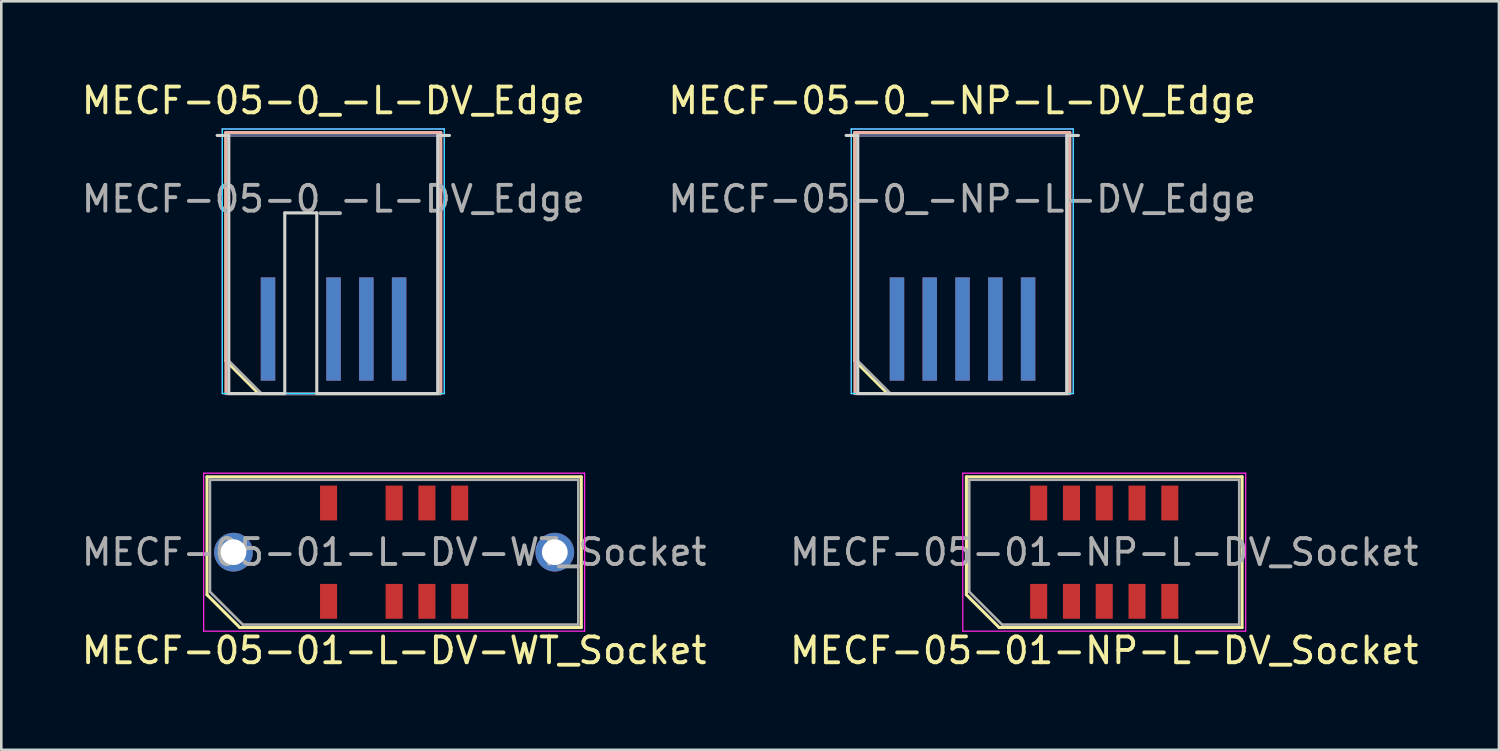
<source format=kicad_pcb>
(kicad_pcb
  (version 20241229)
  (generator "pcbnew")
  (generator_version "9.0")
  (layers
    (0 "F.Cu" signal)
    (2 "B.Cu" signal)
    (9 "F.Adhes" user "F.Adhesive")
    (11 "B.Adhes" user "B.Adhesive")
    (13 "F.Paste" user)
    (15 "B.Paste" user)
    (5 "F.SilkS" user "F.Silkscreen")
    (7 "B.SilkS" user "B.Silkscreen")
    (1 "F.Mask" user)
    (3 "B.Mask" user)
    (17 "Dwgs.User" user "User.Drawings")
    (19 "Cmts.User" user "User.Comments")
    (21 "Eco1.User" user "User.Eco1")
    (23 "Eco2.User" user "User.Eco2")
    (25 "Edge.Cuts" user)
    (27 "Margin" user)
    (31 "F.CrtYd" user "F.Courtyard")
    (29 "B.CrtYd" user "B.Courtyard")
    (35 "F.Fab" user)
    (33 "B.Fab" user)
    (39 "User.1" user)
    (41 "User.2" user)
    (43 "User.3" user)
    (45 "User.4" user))
  (footprint "MECF-05-01-L-DV-WT_Socket"
    (layer "F.Cu")
    (at 12.22 18.343)
    (property "Reference" "MECF-05-01-L-DV-WT_Socket" (at 0 3.81 0) (layer "F.SilkS") (effects (font (size 1 1) (thickness 0.15))))
    (attr smd)
    (fp_line (start -7.25 -2.92) (end 7.25 -2.92) (stroke (width 0.12) (type solid)) (layer "F.SilkS"))
    (fp_line (start -7.25 1.65) (end -7.25 -2.92) (stroke (width 0.12) (type solid)) (layer "F.SilkS"))
    (fp_line (start -5.98 2.92) (end -7.25 1.65) (stroke (width 0.12) (type solid)) (layer "F.SilkS"))
    (fp_line (start -5.98 2.92) (end 7.25 2.92) (stroke (width 0.12) (type solid)) (layer "F.SilkS"))
    (fp_line (start 7.25 2.92) (end 7.25 -2.92) (stroke (width 0.12) (type solid)) (layer "F.SilkS"))
    (fp_line (start -7.38 -3.06) (end -7.38 3.06) (stroke (width 0.05) (type solid)) (layer "F.CrtYd"))
    (fp_line (start -7.38 3.06) (end 7.38 3.06) (stroke (width 0.05) (type solid)) (layer "F.CrtYd"))
    (fp_line (start 7.38 -3.06) (end -7.38 -3.06) (stroke (width 0.05) (type solid)) (layer "F.CrtYd"))
    (fp_line (start 7.38 3.06) (end 7.38 -3.06) (stroke (width 0.05) (type solid)) (layer "F.CrtYd"))
    (fp_line (start -7.135 -2.805) (end 7.135 -2.805) (stroke (width 0.1) (type solid)) (layer "F.Fab"))
    (fp_line (start -7.135 1.535) (end -7.135 -2.805) (stroke (width 0.1) (type solid)) (layer "F.Fab"))
    (fp_line (start -7.135 1.535) (end -5.865 2.805) (stroke (width 0.1) (type solid)) (layer "F.Fab"))
    (fp_line (start -5.865 2.805) (end 7.135 2.805) (stroke (width 0.1) (type solid)) (layer "F.Fab"))
    (fp_line (start 7.135 2.805) (end 7.135 -2.805) (stroke (width 0.1) (type solid)) (layer "F.Fab"))
    (fp_text user "${REFERENCE}" (at 0 0 0) (layer "F.Fab") (effects (font (size 1 1) (thickness 0.15))))
    (pad "" thru_hole circle (at -6.225 0) (size 1.5 1.5) (drill 1) (layers "*.Cu" "*.Mask"))
    (pad "" np_thru_hole circle (at -4.32 0) (size 0.001 0.001) (drill 1.45) (layers "*.Cu" "*.Mask"))
    (pad "" np_thru_hole circle (at 4.32 1) (size 0.001 0.001) (drill 1.45) (layers "*.Cu" "*.Mask"))
    (pad "" thru_hole circle (at 6.225 0) (size 1.5 1.5) (drill 1) (layers "*.Cu" "*.Mask"))
    (pad "1" smd rect (at -2.54 1.905) (size 0.66 1.35) (layers "F.Cu" "F.Mask" "F.Paste"))
    (pad "2" smd rect (at -2.54 -1.905) (size 0.66 1.35) (layers "F.Cu" "F.Mask" "F.Paste"))
    (pad "5" smd rect (at 0 1.905) (size 0.66 1.35) (layers "F.Cu" "F.Mask" "F.Paste"))
    (pad "6" smd rect (at 0 -1.905) (size 0.66 1.35) (layers "F.Cu" "F.Mask" "F.Paste"))
    (pad "7" smd rect (at 1.27 1.905) (size 0.66 1.35) (layers "F.Cu" "F.Mask" "F.Paste"))
    (pad "8" smd rect (at 1.27 -1.905) (size 0.66 1.35) (layers "F.Cu" "F.Mask" "F.Paste"))
    (pad "9" smd rect (at 2.54 1.905) (size 0.66 1.35) (layers "F.Cu" "F.Mask" "F.Paste"))
    (pad "10" smd rect (at 2.54 -1.905) (size 0.66 1.35) (layers "F.Cu" "F.Mask" "F.Paste")))
  (footprint "MECF-05-0_-NP-L-DV_Edge"
    (layer "F.Cu")
    (at 34.232 7.198)
    (property "Reference" "MECF-05-0_-NP-L-DV_Edge" (at 0 -6.35 0) (layer "F.SilkS") (effects (font (size 1 1) (thickness 0.15))))
    (attr exclude_from_pos_files exclude_from_bom)
    (fp_line (start -4.16 -5.11) (end 4.16 -5.11) (stroke (width 0.12) (type solid)) (layer "F.SilkS"))
    (fp_line (start -4.16 3.73) (end -4.16 -5.11) (stroke (width 0.12) (type solid)) (layer "F.SilkS"))
    (fp_line (start -2.89 5) (end -4.16 3.73) (stroke (width 0.12) (type solid)) (layer "F.SilkS"))
    (fp_line (start -2.89 5) (end 4.16 5) (stroke (width 0.12) (type solid)) (layer "F.SilkS"))
    (fp_line (start 4.16 5) (end 4.16 -5.11) (stroke (width 0.12) (type solid)) (layer "F.SilkS"))
    (fp_line (start -4.16 -5.11) (end 4.16 -5.11) (stroke (width 0.12) (type solid)) (layer "B.SilkS"))
    (fp_line (start -4.16 5) (end -4.16 -5.11) (stroke (width 0.12) (type solid)) (layer "B.SilkS"))
    (fp_line (start -4.16 5) (end 4.16 5) (stroke (width 0.12) (type solid)) (layer "B.SilkS"))
    (fp_line (start 4.16 5) (end 4.16 -5.11) (stroke (width 0.12) (type solid)) (layer "B.SilkS"))
    (fp_line (start -4.5 -5) (end -4.05 -5) (stroke (width 0.12) (type solid)) (layer "Edge.Cuts"))
    (fp_line (start -4.05 5) (end -4.05 -5) (stroke (width 0.12) (type solid)) (layer "Edge.Cuts"))
    (fp_line (start -4.05 5) (end 4.05 5) (stroke (width 0.12) (type solid)) (layer "Edge.Cuts"))
    (fp_line (start 4.05 5) (end 4.05 -5) (stroke (width 0.12) (type solid)) (layer "Edge.Cuts"))
    (fp_line (start 4.5 -5) (end 4.05 -5) (stroke (width 0.12) (type solid)) (layer "Edge.Cuts"))
    (fp_line (start -4.3 -5.25) (end -4.3 5) (stroke (width 0.05) (type solid)) (layer "B.CrtYd"))
    (fp_line (start -4.3 5) (end 4.3 5) (stroke (width 0.05) (type solid)) (layer "B.CrtYd"))
    (fp_line (start 4.3 -5.25) (end -4.3 -5.25) (stroke (width 0.05) (type solid)) (layer "B.CrtYd"))
    (fp_line (start 4.3 5) (end 4.3 -5.25) (stroke (width 0.05) (type solid)) (layer "B.CrtYd"))
    (fp_line (start -4.3 -5.25) (end -4.3 5) (stroke (width 0.05) (type solid)) (layer "F.CrtYd"))
    (fp_line (start -4.3 5) (end 4.3 5) (stroke (width 0.05) (type solid)) (layer "F.CrtYd"))
    (fp_line (start 4.3 -5.25) (end -4.3 -5.25) (stroke (width 0.05) (type solid)) (layer "F.CrtYd"))
    (fp_line (start 4.3 5) (end 4.3 -5.25) (stroke (width 0.05) (type solid)) (layer "F.CrtYd"))
    (fp_line (start -4.05 -5) (end 4.05 -5) (stroke (width 0.1) (type solid)) (layer "B.Fab"))
    (fp_line (start -4.05 5) (end -4.05 -5) (stroke (width 0.1) (type solid)) (layer "B.Fab"))
    (fp_line (start -4.05 5) (end 4.05 5) (stroke (width 0.1) (type solid)) (layer "B.Fab"))
    (fp_line (start 4.05 5) (end 4.05 -5) (stroke (width 0.1) (type solid)) (layer "B.Fab"))
    (fp_line (start -4.05 -5) (end 4.05 -5) (stroke (width 0.1) (type solid)) (layer "F.Fab"))
    (fp_line (start -4.05 3.73) (end -4.05 -5) (stroke (width 0.1) (type solid)) (layer "F.Fab"))
    (fp_line (start -4.05 3.73) (end -2.78 5) (stroke (width 0.1) (type solid)) (layer "F.Fab"))
    (fp_line (start -2.78 5) (end 4.05 5) (stroke (width 0.1) (type solid)) (layer "F.Fab"))
    (fp_line (start 4.05 5) (end 4.05 -5) (stroke (width 0.1) (type solid)) (layer "F.Fab"))
    (fp_text user "${REFERENCE}" (at 0 -2.54 0) (layer "F.Fab") (effects (font (size 1 1) (thickness 0.15))))
    (pad "1" smd rect (at -2.53 2.5) (size 0.56 4) (layers "F.Cu" "F.Mask" "F.Paste"))
    (pad "2" smd rect (at -2.53 2.5) (size 0.56 4) (layers "B.Cu" "B.Mask" "B.Paste"))
    (pad "3" smd rect (at -1.26 2.5) (size 0.56 4) (layers "F.Cu" "F.Mask" "F.Paste"))
    (pad "4" smd rect (at -1.26 2.5) (size 0.56 4) (layers "B.Cu" "B.Mask" "B.Paste"))
    (pad "5" smd rect (at 0.01 2.5) (size 0.56 4) (layers "F.Cu" "F.Mask" "F.Paste"))
    (pad "6" smd rect (at 0.01 2.5) (size 0.56 4) (layers "B.Cu" "B.Mask" "B.Paste"))
    (pad "7" smd rect (at 1.28 2.5) (size 0.56 4) (layers "F.Cu" "F.Mask" "F.Paste"))
    (pad "8" smd rect (at 1.28 2.5) (size 0.56 4) (layers "B.Cu" "B.Mask" "B.Paste"))
    (pad "9" smd rect (at 2.55 2.5) (size 0.56 4) (layers "F.Cu" "F.Mask" "F.Paste"))
    (pad "10" smd rect (at 2.55 2.5) (size 0.56 4) (layers "B.Cu" "B.Mask" "B.Paste")))
  (footprint "MECF-05-0_-L-DV_Edge"
    (layer "F.Cu")
    (at 9.863 7.198)
    (property "Reference" "MECF-05-0_-L-DV_Edge" (at 0 -6.35 0) (layer "F.SilkS") (effects (font (size 1 1) (thickness 0.15))))
    (attr exclude_from_pos_files exclude_from_bom)
    (fp_line (start -4.16 -5.11) (end 4.16 -5.11) (stroke (width 0.12) (type solid)) (layer "F.SilkS"))
    (fp_line (start -4.16 3.73) (end -4.16 -5.11) (stroke (width 0.12) (type solid)) (layer "F.SilkS"))
    (fp_line (start -2.89 5) (end -4.16 3.73) (stroke (width 0.12) (type solid)) (layer "F.SilkS"))
    (fp_line (start -2.89 5) (end 4.16 5) (stroke (width 0.12) (type solid)) (layer "F.SilkS"))
    (fp_line (start 4.16 5) (end 4.16 -5.11) (stroke (width 0.12) (type solid)) (layer "F.SilkS"))
    (fp_line (start -4.16 -5.11) (end 4.16 -5.11) (stroke (width 0.12) (type solid)) (layer "B.SilkS"))
    (fp_line (start -4.16 5) (end -4.16 -5.11) (stroke (width 0.12) (type solid)) (layer "B.SilkS"))
    (fp_line (start -4.16 5) (end 4.16 5) (stroke (width 0.12) (type solid)) (layer "B.SilkS"))
    (fp_line (start 4.16 5) (end 4.16 -5.11) (stroke (width 0.12) (type solid)) (layer "B.SilkS"))
    (fp_line (start -4.5 -5) (end -4.05 -5) (stroke (width 0.12) (type solid)) (layer "Edge.Cuts"))
    (fp_line (start -4.05 5) (end -4.05 -5) (stroke (width 0.12) (type solid)) (layer "Edge.Cuts"))
    (fp_line (start -4.05 5) (end -1.88 5) (stroke (width 0.12) (type solid)) (layer "Edge.Cuts"))
    (fp_line (start -1.88 -2) (end -0.64 -2) (stroke (width 0.12) (type solid)) (layer "Edge.Cuts"))
    (fp_line (start -1.88 5) (end -1.88 -2) (stroke (width 0.12) (type solid)) (layer "Edge.Cuts"))
    (fp_line (start -0.64 5) (end -0.64 -2) (stroke (width 0.12) (type solid)) (layer "Edge.Cuts"))
    (fp_line (start -0.64 5) (end 4.05 5) (stroke (width 0.12) (type solid)) (layer "Edge.Cuts"))
    (fp_line (start 4.05 5) (end 4.05 -5) (stroke (width 0.12) (type solid)) (layer "Edge.Cuts"))
    (fp_line (start 4.5 -5) (end 4.05 -5) (stroke (width 0.12) (type solid)) (layer "Edge.Cuts"))
    (fp_line (start -4.3 -5.25) (end -4.3 5) (stroke (width 0.05) (type solid)) (layer "B.CrtYd"))
    (fp_line (start -4.3 5) (end 4.3 5) (stroke (width 0.05) (type solid)) (layer "B.CrtYd"))
    (fp_line (start 4.3 -5.25) (end -4.3 -5.25) (stroke (width 0.05) (type solid)) (layer "B.CrtYd"))
    (fp_line (start 4.3 5) (end 4.3 -5.25) (stroke (width 0.05) (type solid)) (layer "B.CrtYd"))
    (fp_line (start -4.3 -5.25) (end -4.3 5) (stroke (width 0.05) (type solid)) (layer "F.CrtYd"))
    (fp_line (start -4.3 5) (end 4.3 5) (stroke (width 0.05) (type solid)) (layer "F.CrtYd"))
    (fp_line (start 4.3 -5.25) (end -4.3 -5.25) (stroke (width 0.05) (type solid)) (layer "F.CrtYd"))
    (fp_line (start 4.3 5) (end 4.3 -5.25) (stroke (width 0.05) (type solid)) (layer "F.CrtYd"))
    (fp_line (start -4.05 -5) (end 4.05 -5) (stroke (width 0.1) (type solid)) (layer "B.Fab"))
    (fp_line (start -4.05 5) (end -4.05 -5) (stroke (width 0.1) (type solid)) (layer "B.Fab"))
    (fp_line (start -4.05 5) (end 4.05 5) (stroke (width 0.1) (type solid)) (layer "B.Fab"))
    (fp_line (start 4.05 5) (end 4.05 -5) (stroke (width 0.1) (type solid)) (layer "B.Fab"))
    (fp_line (start -4.05 -5) (end 4.05 -5) (stroke (width 0.1) (type solid)) (layer "F.Fab"))
    (fp_line (start -4.05 3.73) (end -4.05 -5) (stroke (width 0.1) (type solid)) (layer "F.Fab"))
    (fp_line (start -4.05 3.73) (end -2.78 5) (stroke (width 0.1) (type solid)) (layer "F.Fab"))
    (fp_line (start -2.78 5) (end 4.05 5) (stroke (width 0.1) (type solid)) (layer "F.Fab"))
    (fp_line (start 4.05 5) (end 4.05 -5) (stroke (width 0.1) (type solid)) (layer "F.Fab"))
    (fp_text user "${REFERENCE}" (at 0 -2.54 0) (layer "F.Fab") (effects (font (size 1 1) (thickness 0.15))))
    (pad "1" smd rect (at -2.53 2.5) (size 0.56 4) (layers "F.Cu" "F.Mask" "F.Paste"))
    (pad "2" smd rect (at -2.53 2.5) (size 0.56 4) (layers "B.Cu" "B.Mask" "B.Paste"))
    (pad "5" smd rect (at 0.01 2.5) (size 0.56 4) (layers "F.Cu" "F.Mask" "F.Paste"))
    (pad "6" smd rect (at 0.01 2.5) (size 0.56 4) (layers "B.Cu" "B.Mask" "B.Paste"))
    (pad "7" smd rect (at 1.28 2.5) (size 0.56 4) (layers "F.Cu" "F.Mask" "F.Paste"))
    (pad "8" smd rect (at 1.28 2.5) (size 0.56 4) (layers "B.Cu" "B.Mask" "B.Paste"))
    (pad "9" smd rect (at 2.55 2.5) (size 0.56 4) (layers "F.Cu" "F.Mask" "F.Paste"))
    (pad "10" smd rect (at 2.55 2.5) (size 0.56 4) (layers "B.Cu" "B.Mask" "B.Paste")))
  (footprint "MECF-05-01-NP-L-DV_Socket"
    (layer "F.Cu")
    (at 39.732 18.343)
    (property "Reference" "MECF-05-01-NP-L-DV_Socket" (at 0 3.81 0) (layer "F.SilkS") (effects (font (size 1 1) (thickness 0.15))))
    (attr smd)
    (fp_line (start -5.34 -2.92) (end 5.34 -2.92) (stroke (width 0.12) (type solid)) (layer "F.SilkS"))
    (fp_line (start -5.34 1.65) (end -5.34 -2.92) (stroke (width 0.12) (type solid)) (layer "F.SilkS"))
    (fp_line (start -4.07 2.92) (end -5.34 1.65) (stroke (width 0.12) (type solid)) (layer "F.SilkS"))
    (fp_line (start -4.07 2.92) (end 5.34 2.92) (stroke (width 0.12) (type solid)) (layer "F.SilkS"))
    (fp_line (start 5.34 2.92) (end 5.34 -2.92) (stroke (width 0.12) (type solid)) (layer "F.SilkS"))
    (fp_line (start -5.48 -3.06) (end -5.48 3.06) (stroke (width 0.05) (type solid)) (layer "F.CrtYd"))
    (fp_line (start -5.48 3.06) (end 5.48 3.06) (stroke (width 0.05) (type solid)) (layer "F.CrtYd"))
    (fp_line (start 5.48 -3.06) (end -5.48 -3.06) (stroke (width 0.05) (type solid)) (layer "F.CrtYd"))
    (fp_line (start 5.48 3.06) (end 5.48 -3.06) (stroke (width 0.05) (type solid)) (layer "F.CrtYd"))
    (fp_line (start -5.23 -2.805) (end 5.23 -2.805) (stroke (width 0.1) (type solid)) (layer "F.Fab"))
    (fp_line (start -5.23 1.535) (end -5.23 -2.805) (stroke (width 0.1) (type solid)) (layer "F.Fab"))
    (fp_line (start -5.23 1.535) (end -3.96 2.805) (stroke (width 0.1) (type solid)) (layer "F.Fab"))
    (fp_line (start -3.96 2.805) (end 5.23 2.805) (stroke (width 0.1) (type solid)) (layer "F.Fab"))
    (fp_line (start 5.23 2.805) (end 5.23 -2.805) (stroke (width 0.1) (type solid)) (layer "F.Fab"))
    (fp_text user "${REFERENCE}" (at 0 0 0) (layer "F.Fab") (effects (font (size 1 1) (thickness 0.15))))
    (pad "" np_thru_hole circle (at -4.32 0) (size 0.001 0.001) (drill 1.45) (layers "*.Cu" "*.Mask"))
    (pad "" np_thru_hole circle (at 4.32 1) (size 0.001 0.001) (drill 1.45) (layers "*.Cu" "*.Mask"))
    (pad "1" smd rect (at -2.54 1.905) (size 0.66 1.35) (layers "F.Cu" "F.Mask" "F.Paste"))
    (pad "2" smd rect (at -2.54 -1.905) (size 0.66 1.35) (layers "F.Cu" "F.Mask" "F.Paste"))
    (pad "3" smd rect (at -1.27 1.905) (size 0.66 1.35) (layers "F.Cu" "F.Mask" "F.Paste"))
    (pad "4" smd rect (at -1.27 -1.905) (size 0.66 1.35) (layers "F.Cu" "F.Mask" "F.Paste"))
    (pad "5" smd rect (at 0 1.905) (size 0.66 1.35) (layers "F.Cu" "F.Mask" "F.Paste"))
    (pad "6" smd rect (at 0 -1.905) (size 0.66 1.35) (layers "F.Cu" "F.Mask" "F.Paste"))
    (pad "7" smd rect (at 1.27 1.905) (size 0.66 1.35) (layers "F.Cu" "F.Mask" "F.Paste"))
    (pad "8" smd rect (at 1.27 -1.905) (size 0.66 1.35) (layers "F.Cu" "F.Mask" "F.Paste"))
    (pad "9" smd rect (at 2.54 1.905) (size 0.66 1.35) (layers "F.Cu" "F.Mask" "F.Paste"))
    (pad "10" smd rect (at 2.54 -1.905) (size 0.66 1.35) (layers "F.Cu" "F.Mask" "F.Paste")))
  (gr_rect
    (start -3 -3)
    (end 55.024 26.002)
    (stroke (width 0.1) (type default))
    (fill no)
    (layer "Edge.Cuts")))
</source>
